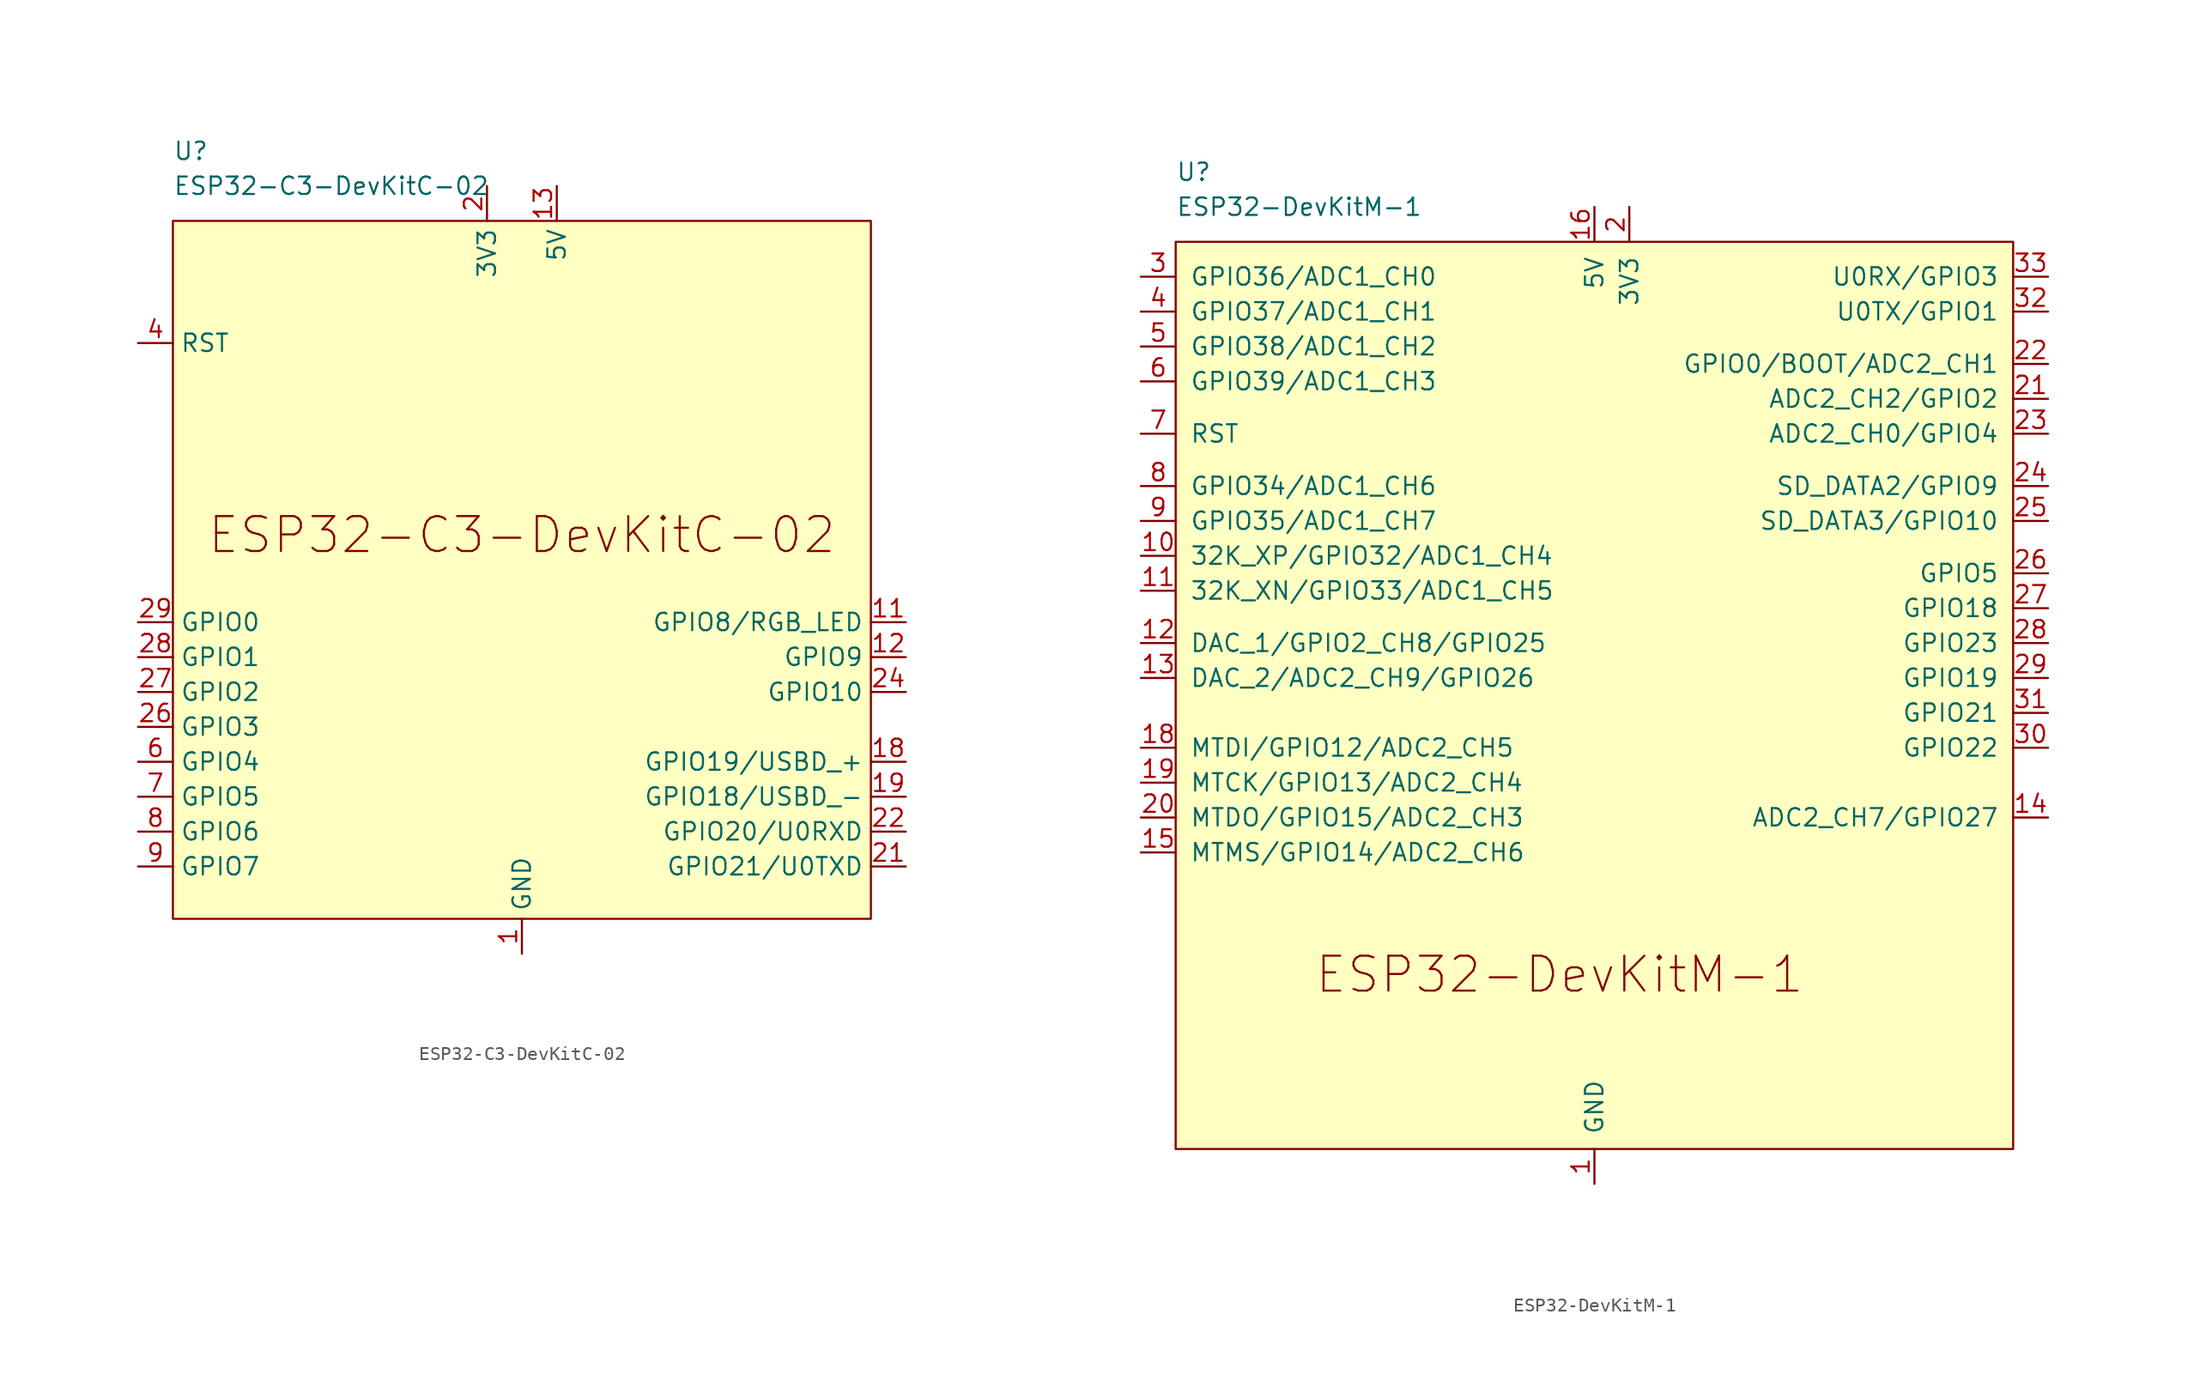
<source format=kicad_sym>
(kicad_symbol_lib
  (version 20231120)
  (generator "kicad_symbol_editor")
  (generator_version "8.0")
  (symbol "ESP32-C3-DevKitC-02"
    (property "Reference" "U"
      (at -25.4 30.48 0)
      (effects (font (size 1.27 1.27)) (justify left)))
    (property "Value" "ESP32-C3-DevKitC-02"
      (at -25.4 27.94 0)
      (effects (font (size 1.27 1.27)) (justify left)))
    (symbol "ESP32-C3-DevKitC-02_0_1"
      (rectangle (start -25.4 25.4) (end 25.4 -25.4) (stroke (width 0) (type default)) (fill (type background))))
    (symbol "ESP32-C3-DevKitC-02_1_0"
      (text "ESP32-C3-DevKitC-02" (at 0 2.54 0) (effects (font (size 2.54 2.54)))))
    (symbol "ESP32-C3-DevKitC-02_1_1"
      (pin passive line (at 0 -27.94 90) (length 2.54) (name "GND" (effects (font (size 1.27 1.27)))) (number "1" (effects (font (size 1.27 1.27)))))
      (pin passive line (at 0 -27.94 90) (length 2.54) hide (name "GND" (effects (font (size 1.27 1.27)))) (number "10" (effects (font (size 1.27 1.27)))))
      (pin bidirectional line (at 27.94 -3.81 180) (length 2.54) (name "GPIO8/RGB_LED" (effects (font (size 1.27 1.27)))) (number "11" (effects (font (size 1.27 1.27)))))
      (pin bidirectional line (at 27.94 -6.35 180) (length 2.54) (name "GPIO9" (effects (font (size 1.27 1.27)))) (number "12" (effects (font (size 1.27 1.27)))))
      (pin power_in line (at 2.54 27.94 270) (length 2.54) (name "5V" (effects (font (size 1.27 1.27)))) (number "13" (effects (font (size 1.27 1.27)))))
      (pin power_in line (at 2.54 27.94 270) (length 2.54) hide (name "5V" (effects (font (size 1.27 1.27)))) (number "14" (effects (font (size 1.27 1.27)))))
      (pin passive line (at 0 -27.94 90) (length 2.54) hide (name "GND" (effects (font (size 1.27 1.27)))) (number "15" (effects (font (size 1.27 1.27)))))
      (pin passive line (at 0 -27.94 90) (length 2.54) hide (name "GND" (effects (font (size 1.27 1.27)))) (number "16" (effects (font (size 1.27 1.27)))))
      (pin passive line (at 0 -27.94 90) (length 2.54) hide (name "GND" (effects (font (size 1.27 1.27)))) (number "17" (effects (font (size 1.27 1.27)))))
      (pin bidirectional line (at 27.94 -13.97 180) (length 2.54) (name "GPIO19/USBD_+" (effects (font (size 1.27 1.27)))) (number "18" (effects (font (size 1.27 1.27)))))
      (pin bidirectional line (at 27.94 -16.51 180) (length 2.54) (name "GPIO18/USBD_-" (effects (font (size 1.27 1.27)))) (number "19" (effects (font (size 1.27 1.27)))))
      (pin power_in line (at -2.54 27.94 270) (length 2.54) (name "3V3" (effects (font (size 1.27 1.27)))) (number "2" (effects (font (size 1.27 1.27)))))
      (pin passive line (at 0 -27.94 90) (length 2.54) hide (name "GND" (effects (font (size 1.27 1.27)))) (number "20" (effects (font (size 1.27 1.27)))))
      (pin bidirectional line (at 27.94 -21.59 180) (length 2.54) (name "GPIO21/U0TXD" (effects (font (size 1.27 1.27)))) (number "21" (effects (font (size 1.27 1.27)))))
      (pin bidirectional line (at 27.94 -19.05 180) (length 2.54) (name "GPIO20/U0RXD" (effects (font (size 1.27 1.27)))) (number "22" (effects (font (size 1.27 1.27)))))
      (pin passive line (at 0 -27.94 90) (length 2.54) hide (name "GND" (effects (font (size 1.27 1.27)))) (number "23" (effects (font (size 1.27 1.27)))))
      (pin bidirectional line (at 27.94 -8.89 180) (length 2.54) (name "GPIO10" (effects (font (size 1.27 1.27)))) (number "24" (effects (font (size 1.27 1.27)))))
      (pin passive line (at 0 -27.94 90) (length 2.54) hide (name "GND" (effects (font (size 1.27 1.27)))) (number "25" (effects (font (size 1.27 1.27)))))
      (pin bidirectional line (at -27.94 -11.43 0) (length 2.54) (name "GPIO3" (effects (font (size 1.27 1.27)))) (number "26" (effects (font (size 1.27 1.27)))))
      (pin bidirectional line (at -27.94 -8.89 0) (length 2.54) (name "GPIO2" (effects (font (size 1.27 1.27)))) (number "27" (effects (font (size 1.27 1.27)))))
      (pin bidirectional line (at -27.94 -6.35 0) (length 2.54) (name "GPIO1" (effects (font (size 1.27 1.27)))) (number "28" (effects (font (size 1.27 1.27)))))
      (pin bidirectional line (at -27.94 -3.81 0) (length 2.54) (name "GPIO0" (effects (font (size 1.27 1.27)))) (number "29" (effects (font (size 1.27 1.27)))))
      (pin power_in line (at -2.54 27.94 270) (length 2.54) hide (name "3V3" (effects (font (size 1.27 1.27)))) (number "3" (effects (font (size 1.27 1.27)))))
      (pin passive line (at 0 -27.94 90) (length 2.54) hide (name "GND" (effects (font (size 1.27 1.27)))) (number "30" (effects (font (size 1.27 1.27)))))
      (pin output line (at -27.94 16.51 0) (length 2.54) (name "RST" (effects (font (size 1.27 1.27)))) (number "4" (effects (font (size 1.27 1.27)))))
      (pin passive line (at 0 -27.94 90) (length 2.54) hide (name "GND" (effects (font (size 1.27 1.27)))) (number "5" (effects (font (size 1.27 1.27)))))
      (pin bidirectional line (at -27.94 -13.97 0) (length 2.54) (name "GPIO4" (effects (font (size 1.27 1.27)))) (number "6" (effects (font (size 1.27 1.27)))))
      (pin bidirectional line (at -27.94 -16.51 0) (length 2.54) (name "GPIO5" (effects (font (size 1.27 1.27)))) (number "7" (effects (font (size 1.27 1.27)))))
      (pin bidirectional line (at -27.94 -19.05 0) (length 2.54) (name "GPIO6" (effects (font (size 1.27 1.27)))) (number "8" (effects (font (size 1.27 1.27)))))
      (pin bidirectional line (at -27.94 -21.59 0) (length 2.54) (name "GPIO7" (effects (font (size 1.27 1.27)))) (number "9" (effects (font (size 1.27 1.27)))))))
  (symbol "ESP32-DevKitM-1"
    (pin_names
      (offset 1.016))
    (property "Reference" "U"
      (at -30.48 38.1 0)
      (effects (font (size 1.27 1.27)) (justify left)))
    (property "Value" "ESP32-DevKitM-1"
      (at -30.48 35.56 0)
      (effects (font (size 1.27 1.27)) (justify left)))
    (symbol "ESP32-DevKitM-1_0_1"
      (rectangle (start -30.48 33.02) (end 30.48 -33.02) (stroke (width 0) (type default)) (fill (type background))))
    (symbol "ESP32-DevKitM-1_1_0"
      (text "ESP32-DevKitM-1" (at -2.54 -20.32 0) (effects (font (size 2.54 2.54))))
      (pin power_in line (at 0 -35.56 90) (length 2.54) (name "GND" (effects (font (size 1.27 1.27)))) (number "1" (effects (font (size 1.27 1.27)))))
      (pin bidirectional line (at -33.02 10.16 0) (length 2.54) (name "32K_XP/GPIO32/ADC1_CH4" (effects (font (size 1.27 1.27)))) (number "10" (effects (font (size 1.27 1.27)))))
      (pin bidirectional line (at -33.02 7.62 0) (length 2.54) (name "32K_XN/GPIO33/ADC1_CH5" (effects (font (size 1.27 1.27)))) (number "11" (effects (font (size 1.27 1.27)))))
      (pin bidirectional line (at -33.02 3.81 0) (length 2.54) (name "DAC_1/GPIO2_CH8/GPIO25" (effects (font (size 1.27 1.27)))) (number "12" (effects (font (size 1.27 1.27)))))
      (pin bidirectional line (at -33.02 1.27 0) (length 2.54) (name "DAC_2/ADC2_CH9/GPIO26" (effects (font (size 1.27 1.27)))) (number "13" (effects (font (size 1.27 1.27)))))
      (pin power_in line (at 0 35.56 270) (length 2.54) (name "5V" (effects (font (size 1.27 1.27)))) (number "16" (effects (font (size 1.27 1.27)))))
      (pin input line (at -33.02 30.48 0) (length 2.54) (name "GPIO36/ADC1_CH0" (effects (font (size 1.27 1.27)))) (number "3" (effects (font (size 1.27 1.27)))))
      (pin input line (at -33.02 27.94 0) (length 2.54) (name "GPIO37/ADC1_CH1" (effects (font (size 1.27 1.27)))) (number "4" (effects (font (size 1.27 1.27)))))
      (pin input line (at -33.02 25.4 0) (length 2.54) (name "GPIO38/ADC1_CH2" (effects (font (size 1.27 1.27)))) (number "5" (effects (font (size 1.27 1.27)))))
      (pin input line (at -33.02 22.86 0) (length 2.54) (name "GPIO39/ADC1_CH3" (effects (font (size 1.27 1.27)))) (number "6" (effects (font (size 1.27 1.27)))))
      (pin input line (at -33.02 19.05 0) (length 2.54) (name "RST" (effects (font (size 1.27 1.27)))) (number "7" (effects (font (size 1.27 1.27)))))
      (pin input line (at -33.02 15.24 0) (length 2.54) (name "GPIO34/ADC1_CH6" (effects (font (size 1.27 1.27)))) (number "8" (effects (font (size 1.27 1.27)))))
      (pin input line (at -33.02 12.7 0) (length 2.54) (name "GPIO35/ADC1_CH7" (effects (font (size 1.27 1.27)))) (number "9" (effects (font (size 1.27 1.27))))))
    (symbol "ESP32-DevKitM-1_1_1"
      (pin bidirectional line (at 33.02 -8.89 180) (length 2.54) (name "ADC2_CH7/GPIO27" (effects (font (size 1.27 1.27)))) (number "14" (effects (font (size 1.27 1.27)))))
      (pin bidirectional line (at -33.02 -11.43 0) (length 2.54) (name "MTMS/GPIO14/ADC2_CH6" (effects (font (size 1.27 1.27)))) (number "15" (effects (font (size 1.27 1.27)))))
      (pin passive line (at 0 -35.56 90) (length 2.54) hide (name "GND" (effects (font (size 1.27 1.27)))) (number "17" (effects (font (size 1.27 1.27)))))
      (pin bidirectional line (at -33.02 -3.81 0) (length 2.54) (name "MTDI/GPIO12/ADC2_CH5" (effects (font (size 1.27 1.27)))) (number "18" (effects (font (size 1.27 1.27)))))
      (pin bidirectional line (at -33.02 -6.35 0) (length 2.54) (name "MTCK/GPIO13/ADC2_CH4" (effects (font (size 1.27 1.27)))) (number "19" (effects (font (size 1.27 1.27)))))
      (pin power_in line (at 2.54 35.56 270) (length 2.54) (name "3V3" (effects (font (size 1.27 1.27)))) (number "2" (effects (font (size 1.27 1.27)))))
      (pin bidirectional line (at -33.02 -8.89 0) (length 2.54) (name "MTDO/GPIO15/ADC2_CH3" (effects (font (size 1.27 1.27)))) (number "20" (effects (font (size 1.27 1.27)))))
      (pin bidirectional line (at 33.02 21.59 180) (length 2.54) (name "ADC2_CH2/GPIO2" (effects (font (size 1.27 1.27)))) (number "21" (effects (font (size 1.27 1.27)))))
      (pin bidirectional line (at 33.02 24.13 180) (length 2.54) (name "GPIO0/BOOT/ADC2_CH1" (effects (font (size 1.27 1.27)))) (number "22" (effects (font (size 1.27 1.27)))))
      (pin bidirectional line (at 33.02 19.05 180) (length 2.54) (name "ADC2_CH0/GPIO4" (effects (font (size 1.27 1.27)))) (number "23" (effects (font (size 1.27 1.27)))))
      (pin bidirectional line (at 33.02 15.24 180) (length 2.54) (name "SD_DATA2/GPIO9" (effects (font (size 1.27 1.27)))) (number "24" (effects (font (size 1.27 1.27)))))
      (pin bidirectional line (at 33.02 12.7 180) (length 2.54) (name "SD_DATA3/GPIO10" (effects (font (size 1.27 1.27)))) (number "25" (effects (font (size 1.27 1.27)))))
      (pin bidirectional line (at 33.02 8.89 180) (length 2.54) (name "GPIO5" (effects (font (size 1.27 1.27)))) (number "26" (effects (font (size 1.27 1.27)))))
      (pin bidirectional line (at 33.02 6.35 180) (length 2.54) (name "GPIO18" (effects (font (size 1.27 1.27)))) (number "27" (effects (font (size 1.27 1.27)))))
      (pin bidirectional line (at 33.02 3.81 180) (length 2.54) (name "GPIO23" (effects (font (size 1.27 1.27)))) (number "28" (effects (font (size 1.27 1.27)))))
      (pin bidirectional line (at 33.02 1.27 180) (length 2.54) (name "GPIO19" (effects (font (size 1.27 1.27)))) (number "29" (effects (font (size 1.27 1.27)))))
      (pin bidirectional line (at 33.02 -3.81 180) (length 2.54) (name "GPIO22" (effects (font (size 1.27 1.27)))) (number "30" (effects (font (size 1.27 1.27)))))
      (pin bidirectional line (at 33.02 -1.27 180) (length 2.54) (name "GPIO21" (effects (font (size 1.27 1.27)))) (number "31" (effects (font (size 1.27 1.27)))))
      (pin bidirectional line (at 33.02 27.94 180) (length 2.54) (name "U0TX/GPIO1" (effects (font (size 1.27 1.27)))) (number "32" (effects (font (size 1.27 1.27)))))
      (pin bidirectional line (at 33.02 30.48 180) (length 2.54) (name "U0RX/GPIO3" (effects (font (size 1.27 1.27)))) (number "33" (effects (font (size 1.27 1.27)))))
      (pin passive line (at 0 -35.56 90) (length 2.54) hide (name "GND" (effects (font (size 1.27 1.27)))) (number "34" (effects (font (size 1.27 1.27))))))))
</source>
